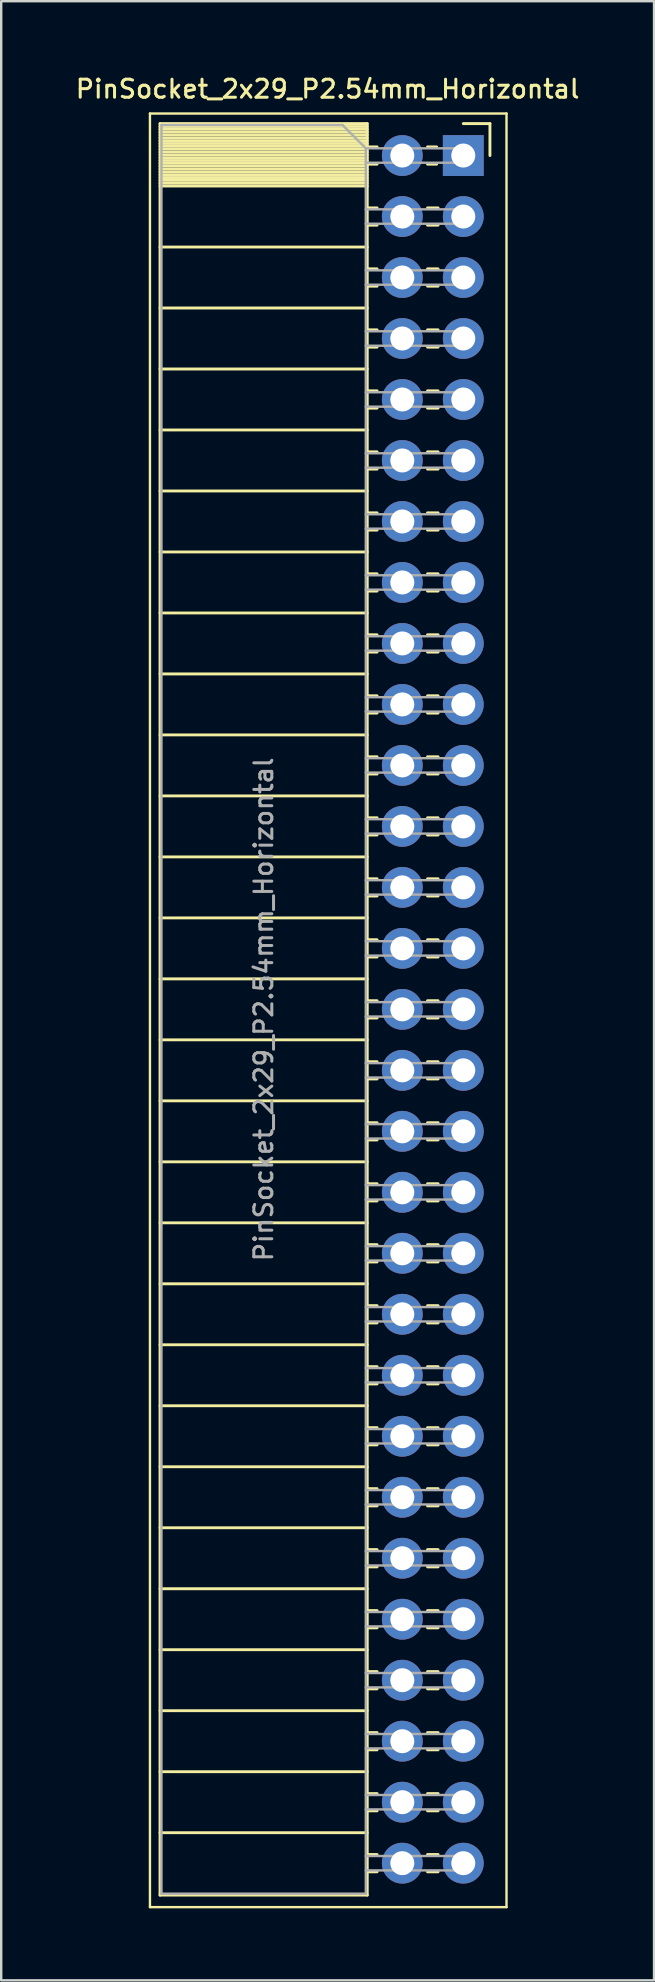
<source format=kicad_pcb>
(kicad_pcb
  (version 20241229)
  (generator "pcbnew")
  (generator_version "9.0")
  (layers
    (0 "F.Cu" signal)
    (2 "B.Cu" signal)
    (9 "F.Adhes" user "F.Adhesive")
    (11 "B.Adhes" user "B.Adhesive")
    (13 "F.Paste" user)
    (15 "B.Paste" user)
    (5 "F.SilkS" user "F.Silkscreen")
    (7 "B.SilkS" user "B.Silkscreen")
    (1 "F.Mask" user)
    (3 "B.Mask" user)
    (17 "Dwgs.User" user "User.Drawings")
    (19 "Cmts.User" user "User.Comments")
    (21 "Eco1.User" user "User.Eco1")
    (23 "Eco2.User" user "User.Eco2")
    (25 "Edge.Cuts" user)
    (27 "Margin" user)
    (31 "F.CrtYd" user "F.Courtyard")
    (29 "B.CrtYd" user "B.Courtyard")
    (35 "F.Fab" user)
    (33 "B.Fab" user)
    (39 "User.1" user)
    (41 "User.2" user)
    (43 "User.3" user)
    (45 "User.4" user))
  (footprint "PinSocket_2x29_P2.54mm_Horizontal"
    (layer "F.Cu")
    (at 16.245 3.428)
    (property "Reference" "PinSocket_2x29_P2.54mm_Horizontal" (at -5.65 -2.77 0) (layer "F.SilkS") (effects (font (size 0.75 0.75) (thickness 0.125))))
    (attr through_hole)
    (fp_line (start -13.05 -1.75) (end -13.05 72.95) (stroke (width 0.1) (type solid)) (layer "F.SilkS"))
    (fp_line (start -13.05 72.95) (end 1.8 72.95) (stroke (width 0.1) (type solid)) (layer "F.SilkS"))
    (fp_line (start -12.63 -1.33) (end -12.63 72.45) (stroke (width 0.12) (type solid)) (layer "F.SilkS"))
    (fp_line (start -12.63 -1.33) (end -4 -1.33) (stroke (width 0.12) (type solid)) (layer "F.SilkS"))
    (fp_line (start -12.63 -1.21) (end -4 -1.21) (stroke (width 0.12) (type solid)) (layer "F.SilkS"))
    (fp_line (start -12.63 -1.092) (end -4 -1.092) (stroke (width 0.12) (type solid)) (layer "F.SilkS"))
    (fp_line (start -12.63 -0.974) (end -4 -0.974) (stroke (width 0.12) (type solid)) (layer "F.SilkS"))
    (fp_line (start -12.63 -0.856) (end -4 -0.856) (stroke (width 0.12) (type solid)) (layer "F.SilkS"))
    (fp_line (start -12.63 -0.738) (end -4 -0.738) (stroke (width 0.12) (type solid)) (layer "F.SilkS"))
    (fp_line (start -12.63 -0.62) (end -4 -0.62) (stroke (width 0.12) (type solid)) (layer "F.SilkS"))
    (fp_line (start -12.63 -0.501) (end -4 -0.501) (stroke (width 0.12) (type solid)) (layer "F.SilkS"))
    (fp_line (start -12.63 -0.383) (end -4 -0.383) (stroke (width 0.12) (type solid)) (layer "F.SilkS"))
    (fp_line (start -12.63 -0.265) (end -4 -0.265) (stroke (width 0.12) (type solid)) (layer "F.SilkS"))
    (fp_line (start -12.63 -0.147) (end -4 -0.147) (stroke (width 0.12) (type solid)) (layer "F.SilkS"))
    (fp_line (start -12.63 -0.029) (end -4 -0.029) (stroke (width 0.12) (type solid)) (layer "F.SilkS"))
    (fp_line (start -12.63 0.089) (end -4 0.089) (stroke (width 0.12) (type solid)) (layer "F.SilkS"))
    (fp_line (start -12.63 0.207) (end -4 0.207) (stroke (width 0.12) (type solid)) (layer "F.SilkS"))
    (fp_line (start -12.63 0.325) (end -4 0.325) (stroke (width 0.12) (type solid)) (layer "F.SilkS"))
    (fp_line (start -12.63 0.443) (end -4 0.443) (stroke (width 0.12) (type solid)) (layer "F.SilkS"))
    (fp_line (start -12.63 0.561) (end -4 0.561) (stroke (width 0.12) (type solid)) (layer "F.SilkS"))
    (fp_line (start -12.63 0.68) (end -4 0.68) (stroke (width 0.12) (type solid)) (layer "F.SilkS"))
    (fp_line (start -12.63 0.798) (end -4 0.798) (stroke (width 0.12) (type solid)) (layer "F.SilkS"))
    (fp_line (start -12.63 0.916) (end -4 0.916) (stroke (width 0.12) (type solid)) (layer "F.SilkS"))
    (fp_line (start -12.63 1.034) (end -4 1.034) (stroke (width 0.12) (type solid)) (layer "F.SilkS"))
    (fp_line (start -12.63 1.152) (end -4 1.152) (stroke (width 0.12) (type solid)) (layer "F.SilkS"))
    (fp_line (start -12.63 1.27) (end -4 1.27) (stroke (width 0.12) (type solid)) (layer "F.SilkS"))
    (fp_line (start -12.63 3.81) (end -4 3.81) (stroke (width 0.12) (type solid)) (layer "F.SilkS"))
    (fp_line (start -12.63 6.35) (end -4 6.35) (stroke (width 0.12) (type solid)) (layer "F.SilkS"))
    (fp_line (start -12.63 8.89) (end -4 8.89) (stroke (width 0.12) (type solid)) (layer "F.SilkS"))
    (fp_line (start -12.63 11.43) (end -4 11.43) (stroke (width 0.12) (type solid)) (layer "F.SilkS"))
    (fp_line (start -12.63 13.97) (end -4 13.97) (stroke (width 0.12) (type solid)) (layer "F.SilkS"))
    (fp_line (start -12.63 16.51) (end -4 16.51) (stroke (width 0.12) (type solid)) (layer "F.SilkS"))
    (fp_line (start -12.63 19.05) (end -4 19.05) (stroke (width 0.12) (type solid)) (layer "F.SilkS"))
    (fp_line (start -12.63 21.59) (end -4 21.59) (stroke (width 0.12) (type solid)) (layer "F.SilkS"))
    (fp_line (start -12.63 24.13) (end -4 24.13) (stroke (width 0.12) (type solid)) (layer "F.SilkS"))
    (fp_line (start -12.63 26.67) (end -4 26.67) (stroke (width 0.12) (type solid)) (layer "F.SilkS"))
    (fp_line (start -12.63 29.21) (end -4 29.21) (stroke (width 0.12) (type solid)) (layer "F.SilkS"))
    (fp_line (start -12.63 31.75) (end -4 31.75) (stroke (width 0.12) (type solid)) (layer "F.SilkS"))
    (fp_line (start -12.63 34.29) (end -4 34.29) (stroke (width 0.12) (type solid)) (layer "F.SilkS"))
    (fp_line (start -12.63 36.83) (end -4 36.83) (stroke (width 0.12) (type solid)) (layer "F.SilkS"))
    (fp_line (start -12.63 39.37) (end -4 39.37) (stroke (width 0.12) (type solid)) (layer "F.SilkS"))
    (fp_line (start -12.63 41.91) (end -4 41.91) (stroke (width 0.12) (type solid)) (layer "F.SilkS"))
    (fp_line (start -12.63 44.45) (end -4 44.45) (stroke (width 0.12) (type solid)) (layer "F.SilkS"))
    (fp_line (start -12.63 46.99) (end -4 46.99) (stroke (width 0.12) (type solid)) (layer "F.SilkS"))
    (fp_line (start -12.63 49.53) (end -4 49.53) (stroke (width 0.12) (type solid)) (layer "F.SilkS"))
    (fp_line (start -12.63 52.07) (end -4 52.07) (stroke (width 0.12) (type solid)) (layer "F.SilkS"))
    (fp_line (start -12.63 54.61) (end -4 54.61) (stroke (width 0.12) (type solid)) (layer "F.SilkS"))
    (fp_line (start -12.63 57.15) (end -4 57.15) (stroke (width 0.12) (type solid)) (layer "F.SilkS"))
    (fp_line (start -12.63 59.69) (end -4 59.69) (stroke (width 0.12) (type solid)) (layer "F.SilkS"))
    (fp_line (start -12.63 62.23) (end -4 62.23) (stroke (width 0.12) (type solid)) (layer "F.SilkS"))
    (fp_line (start -12.63 64.77) (end -4 64.77) (stroke (width 0.12) (type solid)) (layer "F.SilkS"))
    (fp_line (start -12.63 67.31) (end -4 67.31) (stroke (width 0.12) (type solid)) (layer "F.SilkS"))
    (fp_line (start -12.63 69.85) (end -4 69.85) (stroke (width 0.12) (type solid)) (layer "F.SilkS"))
    (fp_line (start -12.63 72.45) (end -4 72.45) (stroke (width 0.12) (type solid)) (layer "F.SilkS"))
    (fp_line (start -4 -1.33) (end -4 72.45) (stroke (width 0.12) (type solid)) (layer "F.SilkS"))
    (fp_line (start -4 -0.36) (end -3.59 -0.36) (stroke (width 0.12) (type solid)) (layer "F.SilkS"))
    (fp_line (start -4 0.36) (end -3.59 0.36) (stroke (width 0.12) (type solid)) (layer "F.SilkS"))
    (fp_line (start -4 2.18) (end -3.59 2.18) (stroke (width 0.12) (type solid)) (layer "F.SilkS"))
    (fp_line (start -4 2.9) (end -3.59 2.9) (stroke (width 0.12) (type solid)) (layer "F.SilkS"))
    (fp_line (start -4 4.72) (end -3.59 4.72) (stroke (width 0.12) (type solid)) (layer "F.SilkS"))
    (fp_line (start -4 5.44) (end -3.59 5.44) (stroke (width 0.12) (type solid)) (layer "F.SilkS"))
    (fp_line (start -4 7.26) (end -3.59 7.26) (stroke (width 0.12) (type solid)) (layer "F.SilkS"))
    (fp_line (start -4 7.98) (end -3.59 7.98) (stroke (width 0.12) (type solid)) (layer "F.SilkS"))
    (fp_line (start -4 9.8) (end -3.59 9.8) (stroke (width 0.12) (type solid)) (layer "F.SilkS"))
    (fp_line (start -4 10.52) (end -3.59 10.52) (stroke (width 0.12) (type solid)) (layer "F.SilkS"))
    (fp_line (start -4 12.34) (end -3.59 12.34) (stroke (width 0.12) (type solid)) (layer "F.SilkS"))
    (fp_line (start -4 13.06) (end -3.59 13.06) (stroke (width 0.12) (type solid)) (layer "F.SilkS"))
    (fp_line (start -4 14.88) (end -3.59 14.88) (stroke (width 0.12) (type solid)) (layer "F.SilkS"))
    (fp_line (start -4 15.6) (end -3.59 15.6) (stroke (width 0.12) (type solid)) (layer "F.SilkS"))
    (fp_line (start -4 17.42) (end -3.59 17.42) (stroke (width 0.12) (type solid)) (layer "F.SilkS"))
    (fp_line (start -4 18.14) (end -3.59 18.14) (stroke (width 0.12) (type solid)) (layer "F.SilkS"))
    (fp_line (start -4 19.96) (end -3.59 19.96) (stroke (width 0.12) (type solid)) (layer "F.SilkS"))
    (fp_line (start -4 20.68) (end -3.59 20.68) (stroke (width 0.12) (type solid)) (layer "F.SilkS"))
    (fp_line (start -4 22.5) (end -3.59 22.5) (stroke (width 0.12) (type solid)) (layer "F.SilkS"))
    (fp_line (start -4 23.22) (end -3.59 23.22) (stroke (width 0.12) (type solid)) (layer "F.SilkS"))
    (fp_line (start -4 25.04) (end -3.59 25.04) (stroke (width 0.12) (type solid)) (layer "F.SilkS"))
    (fp_line (start -4 25.76) (end -3.59 25.76) (stroke (width 0.12) (type solid)) (layer "F.SilkS"))
    (fp_line (start -4 27.58) (end -3.59 27.58) (stroke (width 0.12) (type solid)) (layer "F.SilkS"))
    (fp_line (start -4 28.3) (end -3.59 28.3) (stroke (width 0.12) (type solid)) (layer "F.SilkS"))
    (fp_line (start -4 30.12) (end -3.59 30.12) (stroke (width 0.12) (type solid)) (layer "F.SilkS"))
    (fp_line (start -4 30.84) (end -3.59 30.84) (stroke (width 0.12) (type solid)) (layer "F.SilkS"))
    (fp_line (start -4 32.66) (end -3.59 32.66) (stroke (width 0.12) (type solid)) (layer "F.SilkS"))
    (fp_line (start -4 33.38) (end -3.59 33.38) (stroke (width 0.12) (type solid)) (layer "F.SilkS"))
    (fp_line (start -4 35.2) (end -3.59 35.2) (stroke (width 0.12) (type solid)) (layer "F.SilkS"))
    (fp_line (start -4 35.92) (end -3.59 35.92) (stroke (width 0.12) (type solid)) (layer "F.SilkS"))
    (fp_line (start -4 37.74) (end -3.59 37.74) (stroke (width 0.12) (type solid)) (layer "F.SilkS"))
    (fp_line (start -4 38.46) (end -3.59 38.46) (stroke (width 0.12) (type solid)) (layer "F.SilkS"))
    (fp_line (start -4 40.28) (end -3.59 40.28) (stroke (width 0.12) (type solid)) (layer "F.SilkS"))
    (fp_line (start -4 41) (end -3.59 41) (stroke (width 0.12) (type solid)) (layer "F.SilkS"))
    (fp_line (start -4 42.82) (end -3.59 42.82) (stroke (width 0.12) (type solid)) (layer "F.SilkS"))
    (fp_line (start -4 43.54) (end -3.59 43.54) (stroke (width 0.12) (type solid)) (layer "F.SilkS"))
    (fp_line (start -4 45.36) (end -3.59 45.36) (stroke (width 0.12) (type solid)) (layer "F.SilkS"))
    (fp_line (start -4 46.08) (end -3.59 46.08) (stroke (width 0.12) (type solid)) (layer "F.SilkS"))
    (fp_line (start -4 47.9) (end -3.59 47.9) (stroke (width 0.12) (type solid)) (layer "F.SilkS"))
    (fp_line (start -4 48.62) (end -3.59 48.62) (stroke (width 0.12) (type solid)) (layer "F.SilkS"))
    (fp_line (start -4 50.44) (end -3.59 50.44) (stroke (width 0.12) (type solid)) (layer "F.SilkS"))
    (fp_line (start -4 51.16) (end -3.59 51.16) (stroke (width 0.12) (type solid)) (layer "F.SilkS"))
    (fp_line (start -4 52.98) (end -3.59 52.98) (stroke (width 0.12) (type solid)) (layer "F.SilkS"))
    (fp_line (start -4 53.7) (end -3.59 53.7) (stroke (width 0.12) (type solid)) (layer "F.SilkS"))
    (fp_line (start -4 55.52) (end -3.59 55.52) (stroke (width 0.12) (type solid)) (layer "F.SilkS"))
    (fp_line (start -4 56.24) (end -3.59 56.24) (stroke (width 0.12) (type solid)) (layer "F.SilkS"))
    (fp_line (start -4 58.06) (end -3.59 58.06) (stroke (width 0.12) (type solid)) (layer "F.SilkS"))
    (fp_line (start -4 58.78) (end -3.59 58.78) (stroke (width 0.12) (type solid)) (layer "F.SilkS"))
    (fp_line (start -4 60.6) (end -3.59 60.6) (stroke (width 0.12) (type solid)) (layer "F.SilkS"))
    (fp_line (start -4 61.32) (end -3.59 61.32) (stroke (width 0.12) (type solid)) (layer "F.SilkS"))
    (fp_line (start -4 63.14) (end -3.59 63.14) (stroke (width 0.12) (type solid)) (layer "F.SilkS"))
    (fp_line (start -4 63.86) (end -3.59 63.86) (stroke (width 0.12) (type solid)) (layer "F.SilkS"))
    (fp_line (start -4 65.68) (end -3.59 65.68) (stroke (width 0.12) (type solid)) (layer "F.SilkS"))
    (fp_line (start -4 66.4) (end -3.59 66.4) (stroke (width 0.12) (type solid)) (layer "F.SilkS"))
    (fp_line (start -4 68.22) (end -3.59 68.22) (stroke (width 0.12) (type solid)) (layer "F.SilkS"))
    (fp_line (start -4 68.94) (end -3.59 68.94) (stroke (width 0.12) (type solid)) (layer "F.SilkS"))
    (fp_line (start -4 70.76) (end -3.59 70.76) (stroke (width 0.12) (type solid)) (layer "F.SilkS"))
    (fp_line (start -4 71.48) (end -3.59 71.48) (stroke (width 0.12) (type solid)) (layer "F.SilkS"))
    (fp_line (start -1.49 -0.36) (end -1.11 -0.36) (stroke (width 0.12) (type solid)) (layer "F.SilkS"))
    (fp_line (start -1.49 0.36) (end -1.11 0.36) (stroke (width 0.12) (type solid)) (layer "F.SilkS"))
    (fp_line (start -1.49 2.18) (end -1.05 2.18) (stroke (width 0.12) (type solid)) (layer "F.SilkS"))
    (fp_line (start -1.49 2.9) (end -1.05 2.9) (stroke (width 0.12) (type solid)) (layer "F.SilkS"))
    (fp_line (start -1.49 4.72) (end -1.05 4.72) (stroke (width 0.12) (type solid)) (layer "F.SilkS"))
    (fp_line (start -1.49 5.44) (end -1.05 5.44) (stroke (width 0.12) (type solid)) (layer "F.SilkS"))
    (fp_line (start -1.49 7.26) (end -1.05 7.26) (stroke (width 0.12) (type solid)) (layer "F.SilkS"))
    (fp_line (start -1.49 7.98) (end -1.05 7.98) (stroke (width 0.12) (type solid)) (layer "F.SilkS"))
    (fp_line (start -1.49 9.8) (end -1.05 9.8) (stroke (width 0.12) (type solid)) (layer "F.SilkS"))
    (fp_line (start -1.49 10.52) (end -1.05 10.52) (stroke (width 0.12) (type solid)) (layer "F.SilkS"))
    (fp_line (start -1.49 12.34) (end -1.05 12.34) (stroke (width 0.12) (type solid)) (layer "F.SilkS"))
    (fp_line (start -1.49 13.06) (end -1.05 13.06) (stroke (width 0.12) (type solid)) (layer "F.SilkS"))
    (fp_line (start -1.49 14.88) (end -1.05 14.88) (stroke (width 0.12) (type solid)) (layer "F.SilkS"))
    (fp_line (start -1.49 15.6) (end -1.05 15.6) (stroke (width 0.12) (type solid)) (layer "F.SilkS"))
    (fp_line (start -1.49 17.42) (end -1.05 17.42) (stroke (width 0.12) (type solid)) (layer "F.SilkS"))
    (fp_line (start -1.49 18.14) (end -1.05 18.14) (stroke (width 0.12) (type solid)) (layer "F.SilkS"))
    (fp_line (start -1.49 19.96) (end -1.05 19.96) (stroke (width 0.12) (type solid)) (layer "F.SilkS"))
    (fp_line (start -1.49 20.68) (end -1.05 20.68) (stroke (width 0.12) (type solid)) (layer "F.SilkS"))
    (fp_line (start -1.49 22.5) (end -1.05 22.5) (stroke (width 0.12) (type solid)) (layer "F.SilkS"))
    (fp_line (start -1.49 23.22) (end -1.05 23.22) (stroke (width 0.12) (type solid)) (layer "F.SilkS"))
    (fp_line (start -1.49 25.04) (end -1.05 25.04) (stroke (width 0.12) (type solid)) (layer "F.SilkS"))
    (fp_line (start -1.49 25.76) (end -1.05 25.76) (stroke (width 0.12) (type solid)) (layer "F.SilkS"))
    (fp_line (start -1.49 27.58) (end -1.05 27.58) (stroke (width 0.12) (type solid)) (layer "F.SilkS"))
    (fp_line (start -1.49 28.3) (end -1.05 28.3) (stroke (width 0.12) (type solid)) (layer "F.SilkS"))
    (fp_line (start -1.49 30.12) (end -1.05 30.12) (stroke (width 0.12) (type solid)) (layer "F.SilkS"))
    (fp_line (start -1.49 30.84) (end -1.05 30.84) (stroke (width 0.12) (type solid)) (layer "F.SilkS"))
    (fp_line (start -1.49 32.66) (end -1.05 32.66) (stroke (width 0.12) (type solid)) (layer "F.SilkS"))
    (fp_line (start -1.49 33.38) (end -1.05 33.38) (stroke (width 0.12) (type solid)) (layer "F.SilkS"))
    (fp_line (start -1.49 35.2) (end -1.05 35.2) (stroke (width 0.12) (type solid)) (layer "F.SilkS"))
    (fp_line (start -1.49 35.92) (end -1.05 35.92) (stroke (width 0.12) (type solid)) (layer "F.SilkS"))
    (fp_line (start -1.49 37.74) (end -1.05 37.74) (stroke (width 0.12) (type solid)) (layer "F.SilkS"))
    (fp_line (start -1.49 38.46) (end -1.05 38.46) (stroke (width 0.12) (type solid)) (layer "F.SilkS"))
    (fp_line (start -1.49 40.28) (end -1.05 40.28) (stroke (width 0.12) (type solid)) (layer "F.SilkS"))
    (fp_line (start -1.49 41) (end -1.05 41) (stroke (width 0.12) (type solid)) (layer "F.SilkS"))
    (fp_line (start -1.49 42.82) (end -1.05 42.82) (stroke (width 0.12) (type solid)) (layer "F.SilkS"))
    (fp_line (start -1.49 43.54) (end -1.05 43.54) (stroke (width 0.12) (type solid)) (layer "F.SilkS"))
    (fp_line (start -1.49 45.36) (end -1.05 45.36) (stroke (width 0.12) (type solid)) (layer "F.SilkS"))
    (fp_line (start -1.49 46.08) (end -1.05 46.08) (stroke (width 0.12) (type solid)) (layer "F.SilkS"))
    (fp_line (start -1.49 47.9) (end -1.05 47.9) (stroke (width 0.12) (type solid)) (layer "F.SilkS"))
    (fp_line (start -1.49 48.62) (end -1.05 48.62) (stroke (width 0.12) (type solid)) (layer "F.SilkS"))
    (fp_line (start -1.49 50.44) (end -1.05 50.44) (stroke (width 0.12) (type solid)) (layer "F.SilkS"))
    (fp_line (start -1.49 51.16) (end -1.05 51.16) (stroke (width 0.12) (type solid)) (layer "F.SilkS"))
    (fp_line (start -1.49 52.98) (end -1.05 52.98) (stroke (width 0.12) (type solid)) (layer "F.SilkS"))
    (fp_line (start -1.49 53.7) (end -1.05 53.7) (stroke (width 0.12) (type solid)) (layer "F.SilkS"))
    (fp_line (start -1.49 55.52) (end -1.05 55.52) (stroke (width 0.12) (type solid)) (layer "F.SilkS"))
    (fp_line (start -1.49 56.24) (end -1.05 56.24) (stroke (width 0.12) (type solid)) (layer "F.SilkS"))
    (fp_line (start -1.49 58.06) (end -1.05 58.06) (stroke (width 0.12) (type solid)) (layer "F.SilkS"))
    (fp_line (start -1.49 58.78) (end -1.05 58.78) (stroke (width 0.12) (type solid)) (layer "F.SilkS"))
    (fp_line (start -1.49 60.6) (end -1.05 60.6) (stroke (width 0.12) (type solid)) (layer "F.SilkS"))
    (fp_line (start -1.49 61.32) (end -1.05 61.32) (stroke (width 0.12) (type solid)) (layer "F.SilkS"))
    (fp_line (start -1.49 63.14) (end -1.05 63.14) (stroke (width 0.12) (type solid)) (layer "F.SilkS"))
    (fp_line (start -1.49 63.86) (end -1.05 63.86) (stroke (width 0.12) (type solid)) (layer "F.SilkS"))
    (fp_line (start -1.49 65.68) (end -1.05 65.68) (stroke (width 0.12) (type solid)) (layer "F.SilkS"))
    (fp_line (start -1.49 66.4) (end -1.05 66.4) (stroke (width 0.12) (type solid)) (layer "F.SilkS"))
    (fp_line (start -1.49 68.22) (end -1.05 68.22) (stroke (width 0.12) (type solid)) (layer "F.SilkS"))
    (fp_line (start -1.49 68.94) (end -1.05 68.94) (stroke (width 0.12) (type solid)) (layer "F.SilkS"))
    (fp_line (start -1.49 70.76) (end -1.05 70.76) (stroke (width 0.12) (type solid)) (layer "F.SilkS"))
    (fp_line (start -1.49 71.48) (end -1.05 71.48) (stroke (width 0.12) (type solid)) (layer "F.SilkS"))
    (fp_line (start 0 -1.33) (end 1.11 -1.33) (stroke (width 0.12) (type solid)) (layer "F.SilkS"))
    (fp_line (start 1.11 -1.33) (end 1.11 0) (stroke (width 0.12) (type solid)) (layer "F.SilkS"))
    (fp_line (start 1.8 -1.75) (end -13.05 -1.75) (stroke (width 0.1) (type solid)) (layer "F.SilkS"))
    (fp_line (start 1.8 72.95) (end 1.8 -1.75) (stroke (width 0.1) (type solid)) (layer "F.SilkS"))
    (fp_line (start -12.57 -1.27) (end -5.03 -1.27) (stroke (width 0.1) (type solid)) (layer "F.Fab"))
    (fp_line (start -12.57 72.39) (end -12.57 -1.27) (stroke (width 0.1) (type solid)) (layer "F.Fab"))
    (fp_line (start -5.03 -1.27) (end -4.06 -0.3) (stroke (width 0.1) (type solid)) (layer "F.Fab"))
    (fp_line (start -4.06 -0.3) (end -4.06 72.39) (stroke (width 0.1) (type solid)) (layer "F.Fab"))
    (fp_line (start -4.06 0.3) (end 0 0.3) (stroke (width 0.1) (type solid)) (layer "F.Fab"))
    (fp_line (start -4.06 2.84) (end 0 2.84) (stroke (width 0.1) (type solid)) (layer "F.Fab"))
    (fp_line (start -4.06 5.38) (end 0 5.38) (stroke (width 0.1) (type solid)) (layer "F.Fab"))
    (fp_line (start -4.06 7.92) (end 0 7.92) (stroke (width 0.1) (type solid)) (layer "F.Fab"))
    (fp_line (start -4.06 10.46) (end 0 10.46) (stroke (width 0.1) (type solid)) (layer "F.Fab"))
    (fp_line (start -4.06 13) (end 0 13) (stroke (width 0.1) (type solid)) (layer "F.Fab"))
    (fp_line (start -4.06 15.54) (end 0 15.54) (stroke (width 0.1) (type solid)) (layer "F.Fab"))
    (fp_line (start -4.06 18.08) (end 0 18.08) (stroke (width 0.1) (type solid)) (layer "F.Fab"))
    (fp_line (start -4.06 20.62) (end 0 20.62) (stroke (width 0.1) (type solid)) (layer "F.Fab"))
    (fp_line (start -4.06 23.16) (end 0 23.16) (stroke (width 0.1) (type solid)) (layer "F.Fab"))
    (fp_line (start -4.06 25.7) (end 0 25.7) (stroke (width 0.1) (type solid)) (layer "F.Fab"))
    (fp_line (start -4.06 28.24) (end 0 28.24) (stroke (width 0.1) (type solid)) (layer "F.Fab"))
    (fp_line (start -4.06 30.78) (end 0 30.78) (stroke (width 0.1) (type solid)) (layer "F.Fab"))
    (fp_line (start -4.06 33.32) (end 0 33.32) (stroke (width 0.1) (type solid)) (layer "F.Fab"))
    (fp_line (start -4.06 35.86) (end 0 35.86) (stroke (width 0.1) (type solid)) (layer "F.Fab"))
    (fp_line (start -4.06 38.4) (end 0 38.4) (stroke (width 0.1) (type solid)) (layer "F.Fab"))
    (fp_line (start -4.06 40.94) (end 0 40.94) (stroke (width 0.1) (type solid)) (layer "F.Fab"))
    (fp_line (start -4.06 43.48) (end 0 43.48) (stroke (width 0.1) (type solid)) (layer "F.Fab"))
    (fp_line (start -4.06 46.02) (end 0 46.02) (stroke (width 0.1) (type solid)) (layer "F.Fab"))
    (fp_line (start -4.06 48.56) (end 0 48.56) (stroke (width 0.1) (type solid)) (layer "F.Fab"))
    (fp_line (start -4.06 51.1) (end 0 51.1) (stroke (width 0.1) (type solid)) (layer "F.Fab"))
    (fp_line (start -4.06 53.64) (end 0 53.64) (stroke (width 0.1) (type solid)) (layer "F.Fab"))
    (fp_line (start -4.06 56.18) (end 0 56.18) (stroke (width 0.1) (type solid)) (layer "F.Fab"))
    (fp_line (start -4.06 58.72) (end 0 58.72) (stroke (width 0.1) (type solid)) (layer "F.Fab"))
    (fp_line (start -4.06 61.26) (end 0 61.26) (stroke (width 0.1) (type solid)) (layer "F.Fab"))
    (fp_line (start -4.06 63.8) (end 0 63.8) (stroke (width 0.1) (type solid)) (layer "F.Fab"))
    (fp_line (start -4.06 66.34) (end 0 66.34) (stroke (width 0.1) (type solid)) (layer "F.Fab"))
    (fp_line (start -4.06 68.88) (end 0 68.88) (stroke (width 0.1) (type solid)) (layer "F.Fab"))
    (fp_line (start -4.06 71.42) (end 0 71.42) (stroke (width 0.1) (type solid)) (layer "F.Fab"))
    (fp_line (start -4.06 72.39) (end -12.57 72.39) (stroke (width 0.1) (type solid)) (layer "F.Fab"))
    (fp_line (start 0 -0.3) (end -4.06 -0.3) (stroke (width 0.1) (type solid)) (layer "F.Fab"))
    (fp_line (start 0 0.3) (end 0 -0.3) (stroke (width 0.1) (type solid)) (layer "F.Fab"))
    (fp_line (start 0 2.24) (end -4.06 2.24) (stroke (width 0.1) (type solid)) (layer "F.Fab"))
    (fp_line (start 0 2.84) (end 0 2.24) (stroke (width 0.1) (type solid)) (layer "F.Fab"))
    (fp_line (start 0 4.78) (end -4.06 4.78) (stroke (width 0.1) (type solid)) (layer "F.Fab"))
    (fp_line (start 0 5.38) (end 0 4.78) (stroke (width 0.1) (type solid)) (layer "F.Fab"))
    (fp_line (start 0 7.32) (end -4.06 7.32) (stroke (width 0.1) (type solid)) (layer "F.Fab"))
    (fp_line (start 0 7.92) (end 0 7.32) (stroke (width 0.1) (type solid)) (layer "F.Fab"))
    (fp_line (start 0 9.86) (end -4.06 9.86) (stroke (width 0.1) (type solid)) (layer "F.Fab"))
    (fp_line (start 0 10.46) (end 0 9.86) (stroke (width 0.1) (type solid)) (layer "F.Fab"))
    (fp_line (start 0 12.4) (end -4.06 12.4) (stroke (width 0.1) (type solid)) (layer "F.Fab"))
    (fp_line (start 0 13) (end 0 12.4) (stroke (width 0.1) (type solid)) (layer "F.Fab"))
    (fp_line (start 0 14.94) (end -4.06 14.94) (stroke (width 0.1) (type solid)) (layer "F.Fab"))
    (fp_line (start 0 15.54) (end 0 14.94) (stroke (width 0.1) (type solid)) (layer "F.Fab"))
    (fp_line (start 0 17.48) (end -4.06 17.48) (stroke (width 0.1) (type solid)) (layer "F.Fab"))
    (fp_line (start 0 18.08) (end 0 17.48) (stroke (width 0.1) (type solid)) (layer "F.Fab"))
    (fp_line (start 0 20.02) (end -4.06 20.02) (stroke (width 0.1) (type solid)) (layer "F.Fab"))
    (fp_line (start 0 20.62) (end 0 20.02) (stroke (width 0.1) (type solid)) (layer "F.Fab"))
    (fp_line (start 0 22.56) (end -4.06 22.56) (stroke (width 0.1) (type solid)) (layer "F.Fab"))
    (fp_line (start 0 23.16) (end 0 22.56) (stroke (width 0.1) (type solid)) (layer "F.Fab"))
    (fp_line (start 0 25.1) (end -4.06 25.1) (stroke (width 0.1) (type solid)) (layer "F.Fab"))
    (fp_line (start 0 25.7) (end 0 25.1) (stroke (width 0.1) (type solid)) (layer "F.Fab"))
    (fp_line (start 0 27.64) (end -4.06 27.64) (stroke (width 0.1) (type solid)) (layer "F.Fab"))
    (fp_line (start 0 28.24) (end 0 27.64) (stroke (width 0.1) (type solid)) (layer "F.Fab"))
    (fp_line (start 0 30.18) (end -4.06 30.18) (stroke (width 0.1) (type solid)) (layer "F.Fab"))
    (fp_line (start 0 30.78) (end 0 30.18) (stroke (width 0.1) (type solid)) (layer "F.Fab"))
    (fp_line (start 0 32.72) (end -4.06 32.72) (stroke (width 0.1) (type solid)) (layer "F.Fab"))
    (fp_line (start 0 33.32) (end 0 32.72) (stroke (width 0.1) (type solid)) (layer "F.Fab"))
    (fp_line (start 0 35.26) (end -4.06 35.26) (stroke (width 0.1) (type solid)) (layer "F.Fab"))
    (fp_line (start 0 35.86) (end 0 35.26) (stroke (width 0.1) (type solid)) (layer "F.Fab"))
    (fp_line (start 0 37.8) (end -4.06 37.8) (stroke (width 0.1) (type solid)) (layer "F.Fab"))
    (fp_line (start 0 38.4) (end 0 37.8) (stroke (width 0.1) (type solid)) (layer "F.Fab"))
    (fp_line (start 0 40.34) (end -4.06 40.34) (stroke (width 0.1) (type solid)) (layer "F.Fab"))
    (fp_line (start 0 40.94) (end 0 40.34) (stroke (width 0.1) (type solid)) (layer "F.Fab"))
    (fp_line (start 0 42.88) (end -4.06 42.88) (stroke (width 0.1) (type solid)) (layer "F.Fab"))
    (fp_line (start 0 43.48) (end 0 42.88) (stroke (width 0.1) (type solid)) (layer "F.Fab"))
    (fp_line (start 0 45.42) (end -4.06 45.42) (stroke (width 0.1) (type solid)) (layer "F.Fab"))
    (fp_line (start 0 46.02) (end 0 45.42) (stroke (width 0.1) (type solid)) (layer "F.Fab"))
    (fp_line (start 0 47.96) (end -4.06 47.96) (stroke (width 0.1) (type solid)) (layer "F.Fab"))
    (fp_line (start 0 48.56) (end 0 47.96) (stroke (width 0.1) (type solid)) (layer "F.Fab"))
    (fp_line (start 0 50.5) (end -4.06 50.5) (stroke (width 0.1) (type solid)) (layer "F.Fab"))
    (fp_line (start 0 51.1) (end 0 50.5) (stroke (width 0.1) (type solid)) (layer "F.Fab"))
    (fp_line (start 0 53.04) (end -4.06 53.04) (stroke (width 0.1) (type solid)) (layer "F.Fab"))
    (fp_line (start 0 53.64) (end 0 53.04) (stroke (width 0.1) (type solid)) (layer "F.Fab"))
    (fp_line (start 0 55.58) (end -4.06 55.58) (stroke (width 0.1) (type solid)) (layer "F.Fab"))
    (fp_line (start 0 56.18) (end 0 55.58) (stroke (width 0.1) (type solid)) (layer "F.Fab"))
    (fp_line (start 0 58.12) (end -4.06 58.12) (stroke (width 0.1) (type solid)) (layer "F.Fab"))
    (fp_line (start 0 58.72) (end 0 58.12) (stroke (width 0.1) (type solid)) (layer "F.Fab"))
    (fp_line (start 0 60.66) (end -4.06 60.66) (stroke (width 0.1) (type solid)) (layer "F.Fab"))
    (fp_line (start 0 61.26) (end 0 60.66) (stroke (width 0.1) (type solid)) (layer "F.Fab"))
    (fp_line (start 0 63.2) (end -4.06 63.2) (stroke (width 0.1) (type solid)) (layer "F.Fab"))
    (fp_line (start 0 63.8) (end 0 63.2) (stroke (width 0.1) (type solid)) (layer "F.Fab"))
    (fp_line (start 0 65.74) (end -4.06 65.74) (stroke (width 0.1) (type solid)) (layer "F.Fab"))
    (fp_line (start 0 66.34) (end 0 65.74) (stroke (width 0.1) (type solid)) (layer "F.Fab"))
    (fp_line (start 0 68.28) (end -4.06 68.28) (stroke (width 0.1) (type solid)) (layer "F.Fab"))
    (fp_line (start 0 68.88) (end 0 68.28) (stroke (width 0.1) (type solid)) (layer "F.Fab"))
    (fp_line (start 0 70.82) (end -4.06 70.82) (stroke (width 0.1) (type solid)) (layer "F.Fab"))
    (fp_line (start 0 71.42) (end 0 70.82) (stroke (width 0.1) (type solid)) (layer "F.Fab"))
    (fp_text user "${REFERENCE}" (at -8.315 35.56 90) (layer "F.Fab") (effects (font (size 0.75 0.75) (thickness 0.125))))
    (pad "1" thru_hole rect (at 0 0) (size 1.7 1.7) (drill 1) (layers "*.Cu" "*.Mask"))
    (pad "2" thru_hole oval (at -2.54 0) (size 1.7 1.7) (drill 1) (layers "*.Cu" "*.Mask"))
    (pad "3" thru_hole oval (at 0 2.54) (size 1.7 1.7) (drill 1) (layers "*.Cu" "*.Mask"))
    (pad "4" thru_hole oval (at -2.54 2.54) (size 1.7 1.7) (drill 1) (layers "*.Cu" "*.Mask"))
    (pad "5" thru_hole oval (at 0 5.08) (size 1.7 1.7) (drill 1) (layers "*.Cu" "*.Mask"))
    (pad "6" thru_hole oval (at -2.54 5.08) (size 1.7 1.7) (drill 1) (layers "*.Cu" "*.Mask"))
    (pad "7" thru_hole oval (at 0 7.62) (size 1.7 1.7) (drill 1) (layers "*.Cu" "*.Mask"))
    (pad "8" thru_hole oval (at -2.54 7.62) (size 1.7 1.7) (drill 1) (layers "*.Cu" "*.Mask"))
    (pad "9" thru_hole oval (at 0 10.16) (size 1.7 1.7) (drill 1) (layers "*.Cu" "*.Mask"))
    (pad "10" thru_hole oval (at -2.54 10.16) (size 1.7 1.7) (drill 1) (layers "*.Cu" "*.Mask"))
    (pad "11" thru_hole oval (at 0 12.7) (size 1.7 1.7) (drill 1) (layers "*.Cu" "*.Mask"))
    (pad "12" thru_hole oval (at -2.54 12.7) (size 1.7 1.7) (drill 1) (layers "*.Cu" "*.Mask"))
    (pad "13" thru_hole oval (at 0 15.24) (size 1.7 1.7) (drill 1) (layers "*.Cu" "*.Mask"))
    (pad "14" thru_hole oval (at -2.54 15.24) (size 1.7 1.7) (drill 1) (layers "*.Cu" "*.Mask"))
    (pad "15" thru_hole oval (at 0 17.78) (size 1.7 1.7) (drill 1) (layers "*.Cu" "*.Mask"))
    (pad "16" thru_hole oval (at -2.54 17.78) (size 1.7 1.7) (drill 1) (layers "*.Cu" "*.Mask"))
    (pad "17" thru_hole oval (at 0 20.32) (size 1.7 1.7) (drill 1) (layers "*.Cu" "*.Mask"))
    (pad "18" thru_hole oval (at -2.54 20.32) (size 1.7 1.7) (drill 1) (layers "*.Cu" "*.Mask"))
    (pad "19" thru_hole oval (at 0 22.86) (size 1.7 1.7) (drill 1) (layers "*.Cu" "*.Mask"))
    (pad "20" thru_hole oval (at -2.54 22.86) (size 1.7 1.7) (drill 1) (layers "*.Cu" "*.Mask"))
    (pad "21" thru_hole oval (at 0 25.4) (size 1.7 1.7) (drill 1) (layers "*.Cu" "*.Mask"))
    (pad "22" thru_hole oval (at -2.54 25.4) (size 1.7 1.7) (drill 1) (layers "*.Cu" "*.Mask"))
    (pad "23" thru_hole oval (at 0 27.94) (size 1.7 1.7) (drill 1) (layers "*.Cu" "*.Mask"))
    (pad "24" thru_hole oval (at -2.54 27.94) (size 1.7 1.7) (drill 1) (layers "*.Cu" "*.Mask"))
    (pad "25" thru_hole oval (at 0 30.48) (size 1.7 1.7) (drill 1) (layers "*.Cu" "*.Mask"))
    (pad "26" thru_hole oval (at -2.54 30.48) (size 1.7 1.7) (drill 1) (layers "*.Cu" "*.Mask"))
    (pad "27" thru_hole oval (at 0 33.02) (size 1.7 1.7) (drill 1) (layers "*.Cu" "*.Mask"))
    (pad "28" thru_hole oval (at -2.54 33.02) (size 1.7 1.7) (drill 1) (layers "*.Cu" "*.Mask"))
    (pad "29" thru_hole oval (at 0 35.56) (size 1.7 1.7) (drill 1) (layers "*.Cu" "*.Mask"))
    (pad "30" thru_hole oval (at -2.54 35.56) (size 1.7 1.7) (drill 1) (layers "*.Cu" "*.Mask"))
    (pad "31" thru_hole oval (at 0 38.1) (size 1.7 1.7) (drill 1) (layers "*.Cu" "*.Mask"))
    (pad "32" thru_hole oval (at -2.54 38.1) (size 1.7 1.7) (drill 1) (layers "*.Cu" "*.Mask"))
    (pad "33" thru_hole oval (at 0 40.64) (size 1.7 1.7) (drill 1) (layers "*.Cu" "*.Mask"))
    (pad "34" thru_hole oval (at -2.54 40.64) (size 1.7 1.7) (drill 1) (layers "*.Cu" "*.Mask"))
    (pad "35" thru_hole oval (at 0 43.18) (size 1.7 1.7) (drill 1) (layers "*.Cu" "*.Mask"))
    (pad "36" thru_hole oval (at -2.54 43.18) (size 1.7 1.7) (drill 1) (layers "*.Cu" "*.Mask"))
    (pad "37" thru_hole oval (at 0 45.72) (size 1.7 1.7) (drill 1) (layers "*.Cu" "*.Mask"))
    (pad "38" thru_hole oval (at -2.54 45.72) (size 1.7 1.7) (drill 1) (layers "*.Cu" "*.Mask"))
    (pad "39" thru_hole oval (at 0 48.26) (size 1.7 1.7) (drill 1) (layers "*.Cu" "*.Mask"))
    (pad "40" thru_hole oval (at -2.54 48.26) (size 1.7 1.7) (drill 1) (layers "*.Cu" "*.Mask"))
    (pad "41" thru_hole oval (at 0 50.8) (size 1.7 1.7) (drill 1) (layers "*.Cu" "*.Mask"))
    (pad "42" thru_hole oval (at -2.54 50.8) (size 1.7 1.7) (drill 1) (layers "*.Cu" "*.Mask"))
    (pad "43" thru_hole oval (at 0 53.34) (size 1.7 1.7) (drill 1) (layers "*.Cu" "*.Mask"))
    (pad "44" thru_hole oval (at -2.54 53.34) (size 1.7 1.7) (drill 1) (layers "*.Cu" "*.Mask"))
    (pad "45" thru_hole oval (at 0 55.88) (size 1.7 1.7) (drill 1) (layers "*.Cu" "*.Mask"))
    (pad "46" thru_hole oval (at -2.54 55.88) (size 1.7 1.7) (drill 1) (layers "*.Cu" "*.Mask"))
    (pad "47" thru_hole oval (at 0 58.42) (size 1.7 1.7) (drill 1) (layers "*.Cu" "*.Mask"))
    (pad "48" thru_hole oval (at -2.54 58.42) (size 1.7 1.7) (drill 1) (layers "*.Cu" "*.Mask"))
    (pad "49" thru_hole oval (at 0 60.96) (size 1.7 1.7) (drill 1) (layers "*.Cu" "*.Mask"))
    (pad "50" thru_hole oval (at -2.54 60.96) (size 1.7 1.7) (drill 1) (layers "*.Cu" "*.Mask"))
    (pad "51" thru_hole oval (at 0 63.5) (size 1.7 1.7) (drill 1) (layers "*.Cu" "*.Mask"))
    (pad "52" thru_hole oval (at -2.54 63.5) (size 1.7 1.7) (drill 1) (layers "*.Cu" "*.Mask"))
    (pad "53" thru_hole oval (at 0 66.04) (size 1.7 1.7) (drill 1) (layers "*.Cu" "*.Mask"))
    (pad "54" thru_hole oval (at -2.54 66.04) (size 1.7 1.7) (drill 1) (layers "*.Cu" "*.Mask"))
    (pad "55" thru_hole oval (at 0 68.58) (size 1.7 1.7) (drill 1) (layers "*.Cu" "*.Mask"))
    (pad "56" thru_hole oval (at -2.54 68.58) (size 1.7 1.7) (drill 1) (layers "*.Cu" "*.Mask"))
    (pad "57" thru_hole oval (at 0 71.12) (size 1.7 1.7) (drill 1) (layers "*.Cu" "*.Mask"))
    (pad "58" thru_hole oval (at -2.54 71.12) (size 1.7 1.7) (drill 1) (layers "*.Cu" "*.Mask")))
  (gr_rect
    (start -3 -3)
    (end 24.189 79.428)
    (stroke (width 0.1) (type default))
    (fill no)
    (layer "Edge.Cuts")))
</source>
